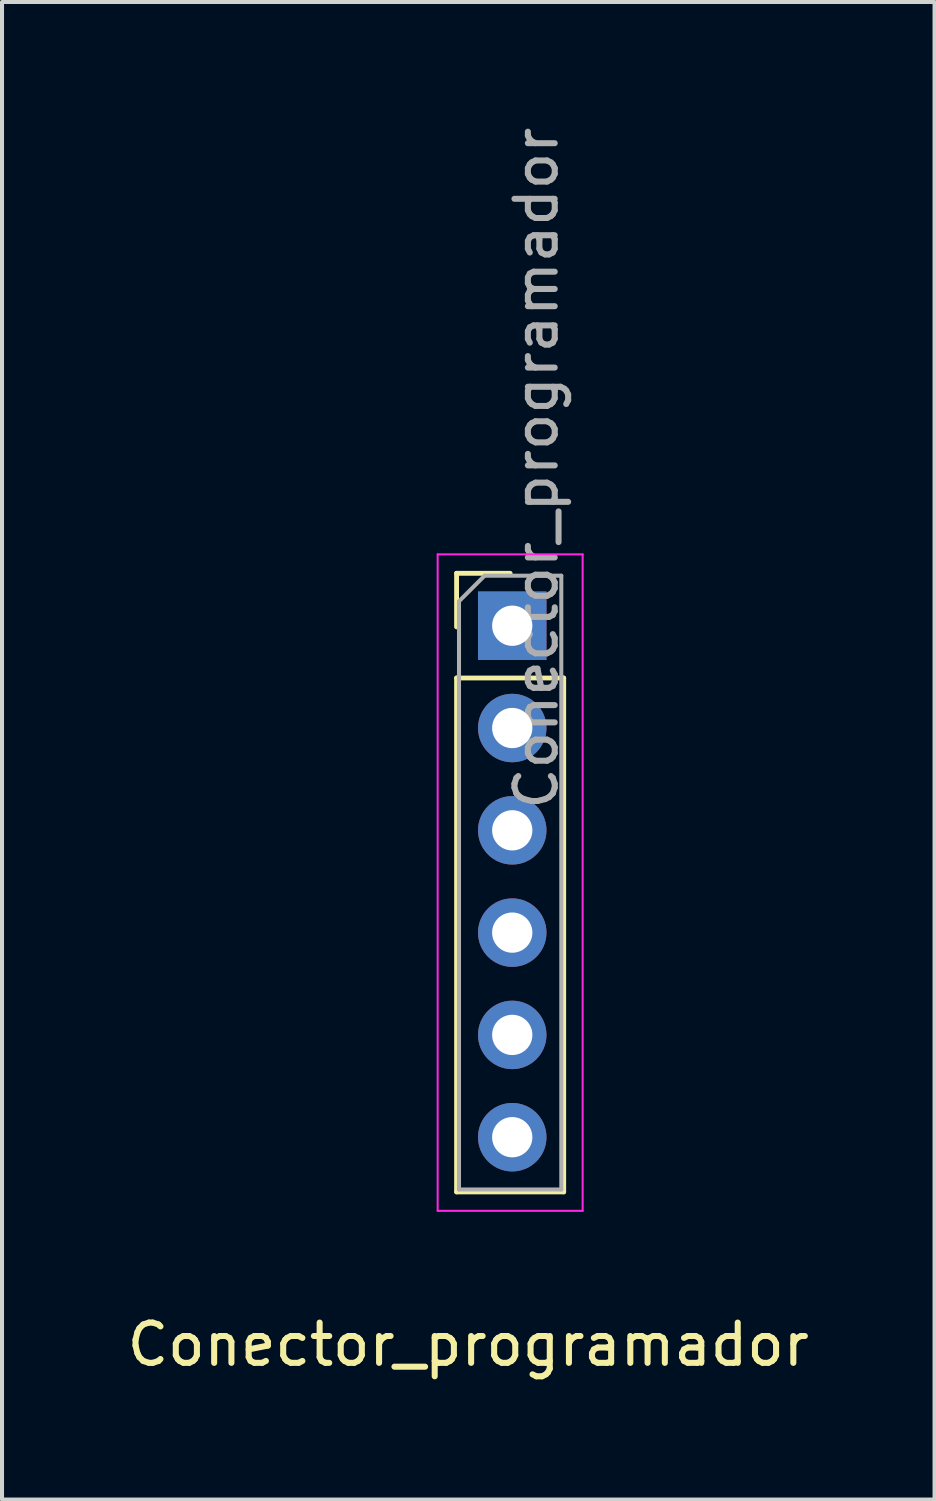
<source format=kicad_pcb>
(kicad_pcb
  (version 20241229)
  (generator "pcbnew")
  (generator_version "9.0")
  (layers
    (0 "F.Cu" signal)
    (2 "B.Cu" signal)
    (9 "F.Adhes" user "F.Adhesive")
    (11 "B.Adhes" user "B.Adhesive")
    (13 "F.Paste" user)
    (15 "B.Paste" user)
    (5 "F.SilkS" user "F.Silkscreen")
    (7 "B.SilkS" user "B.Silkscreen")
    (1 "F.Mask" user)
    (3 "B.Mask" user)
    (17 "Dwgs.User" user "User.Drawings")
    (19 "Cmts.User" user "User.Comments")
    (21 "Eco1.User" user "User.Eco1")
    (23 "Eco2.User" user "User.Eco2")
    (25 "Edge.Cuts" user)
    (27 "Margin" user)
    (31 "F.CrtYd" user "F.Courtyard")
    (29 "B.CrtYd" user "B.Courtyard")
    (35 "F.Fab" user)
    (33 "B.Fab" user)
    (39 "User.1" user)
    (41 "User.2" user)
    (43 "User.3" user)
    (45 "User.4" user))
  (footprint "Conector_programador"
    (layer "F.Cu")
    (at 8.577 29.835)
    (property "Reference" "Conector_programador" (at 0 0.5 0) (layer "F.SilkS") (effects (font (size 1 1) (thickness 0.15))))
    (attr through_hole)
    (fp_line (start -0.29 -18.65) (end 1.04 -18.65) (stroke (width 0.12) (type solid)) (layer "F.SilkS"))
    (fp_line (start -0.29 -17.32) (end -0.29 -18.65) (stroke (width 0.12) (type solid)) (layer "F.SilkS"))
    (fp_line (start -0.29 -16.05) (end -0.29 -3.29) (stroke (width 0.12) (type solid)) (layer "F.SilkS"))
    (fp_line (start -0.29 -16.05) (end 2.37 -16.05) (stroke (width 0.12) (type solid)) (layer "F.SilkS"))
    (fp_line (start -0.29 -3.29) (end 2.37 -3.29) (stroke (width 0.12) (type solid)) (layer "F.SilkS"))
    (fp_line (start 2.37 -16.05) (end 2.37 -3.29) (stroke (width 0.12) (type solid)) (layer "F.SilkS"))
    (fp_line (start -0.76 -19.12) (end -0.76 -2.82) (stroke (width 0.05) (type solid)) (layer "F.CrtYd"))
    (fp_line (start -0.76 -2.82) (end 2.84 -2.82) (stroke (width 0.05) (type solid)) (layer "F.CrtYd"))
    (fp_line (start 2.84 -19.12) (end -0.76 -19.12) (stroke (width 0.05) (type solid)) (layer "F.CrtYd"))
    (fp_line (start 2.84 -2.82) (end 2.84 -19.12) (stroke (width 0.05) (type solid)) (layer "F.CrtYd"))
    (fp_line (start -0.23 -17.955) (end 0.405 -18.59) (stroke (width 0.1) (type solid)) (layer "F.Fab"))
    (fp_line (start -0.23 -3.35) (end -0.23 -17.955) (stroke (width 0.1) (type solid)) (layer "F.Fab"))
    (fp_line (start 0.405 -18.59) (end 2.31 -18.59) (stroke (width 0.1) (type solid)) (layer "F.Fab"))
    (fp_line (start 2.31 -18.59) (end 2.31 -3.35) (stroke (width 0.1) (type solid)) (layer "F.Fab"))
    (fp_line (start 2.31 -3.35) (end -0.23 -3.35) (stroke (width 0.1) (type solid)) (layer "F.Fab"))
    (fp_text user "${REFERENCE}" (at 1.692 -21.258 90) (layer "F.Fab") (effects (font (size 1 1) (thickness 0.15))))
    (pad "1" thru_hole rect (at 1.092 -17.348) (size 1.7 1.7) (drill 1) (layers "*.Cu" "*.Mask"))
    (pad "2" thru_hole oval (at 1.092 -14.808) (size 1.7 1.7) (drill 1) (layers "*.Cu" "*.Mask"))
    (pad "3" thru_hole oval (at 1.092 -12.268) (size 1.7 1.7) (drill 1) (layers "*.Cu" "*.Mask"))
    (pad "4" thru_hole oval (at 1.092 -9.728) (size 1.7 1.7) (drill 1) (layers "*.Cu" "*.Mask"))
    (pad "5" thru_hole oval (at 1.092 -7.188) (size 1.7 1.7) (drill 1) (layers "*.Cu" "*.Mask"))
    (pad "6" thru_hole oval (at 1.092 -4.648) (size 1.7 1.7) (drill 1) (layers "*.Cu" "*.Mask")))
  (gr_rect
    (start -3 -3)
    (end 20.155 34.184)
    (stroke (width 0.1) (type default))
    (fill no)
    (layer "Edge.Cuts")))
</source>
